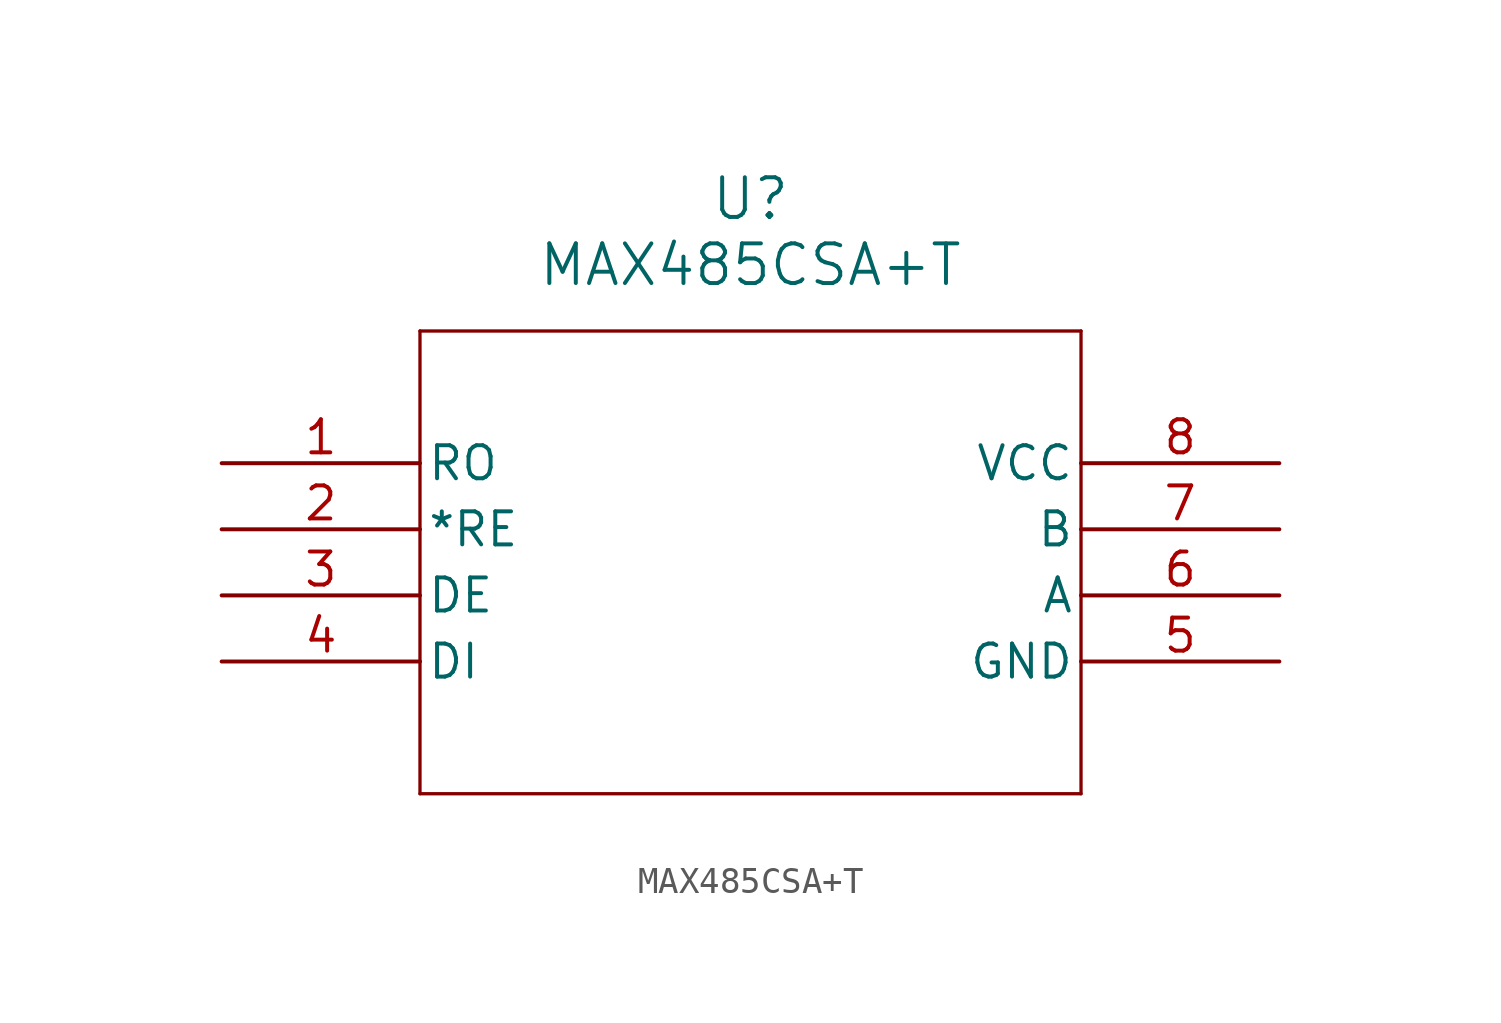
<source format=kicad_sym>
(kicad_symbol_lib
  (version 20211014)
  (generator kicad_symbol_editor)
  (symbol "MAX485CSA+T"
    (pin_names
      (offset 0.254))
    (property "Reference" "U"
      (at 20.32 10.16 0)
      (effects (font (size 1.524 1.524))))
    (property "Value" "MAX485CSA+T"
      (at 20.32 7.62 0)
      (effects (font (size 1.524 1.524))))
    (symbol "MAX485CSA+T_0_1"
      (polyline (pts (xy 7.62 5.08) (xy 7.62 -12.7)) (stroke (width 0.127) (type default) (color 0 0 0 0)) (fill (type none)))
      (polyline (pts (xy 7.62 -12.7) (xy 33.02 -12.7)) (stroke (width 0.127) (type default) (color 0 0 0 0)) (fill (type none)))
      (polyline (pts (xy 33.02 -12.7) (xy 33.02 5.08)) (stroke (width 0.127) (type default) (color 0 0 0 0)) (fill (type none)))
      (polyline (pts (xy 33.02 5.08) (xy 7.62 5.08)) (stroke (width 0.127) (type default) (color 0 0 0 0)) (fill (type none)))
      (pin passive line (at 0 0 0) (length 7.62) (name "RO" (effects (font (size 1.27 1.27)))) (number "1" (effects (font (size 1.27 1.27)))))
      (pin passive line (at 0 -2.54 0) (length 7.62) (name "*RE" (effects (font (size 1.27 1.27)))) (number "2" (effects (font (size 1.27 1.27)))))
      (pin passive line (at 0 -5.08 0) (length 7.62) (name "DE" (effects (font (size 1.27 1.27)))) (number "3" (effects (font (size 1.27 1.27)))))
      (pin passive line (at 0 -7.62 0) (length 7.62) (name "DI" (effects (font (size 1.27 1.27)))) (number "4" (effects (font (size 1.27 1.27)))))
      (pin passive line (at 40.64 -7.62 180) (length 7.62) (name "GND" (effects (font (size 1.27 1.27)))) (number "5" (effects (font (size 1.27 1.27)))))
      (pin passive line (at 40.64 -5.08 180) (length 7.62) (name "A" (effects (font (size 1.27 1.27)))) (number "6" (effects (font (size 1.27 1.27)))))
      (pin passive line (at 40.64 -2.54 180) (length 7.62) (name "B" (effects (font (size 1.27 1.27)))) (number "7" (effects (font (size 1.27 1.27)))))
      (pin passive line (at 40.64 0 180) (length 7.62) (name "VCC" (effects (font (size 1.27 1.27)))) (number "8" (effects (font (size 1.27 1.27))))))))
</source>
